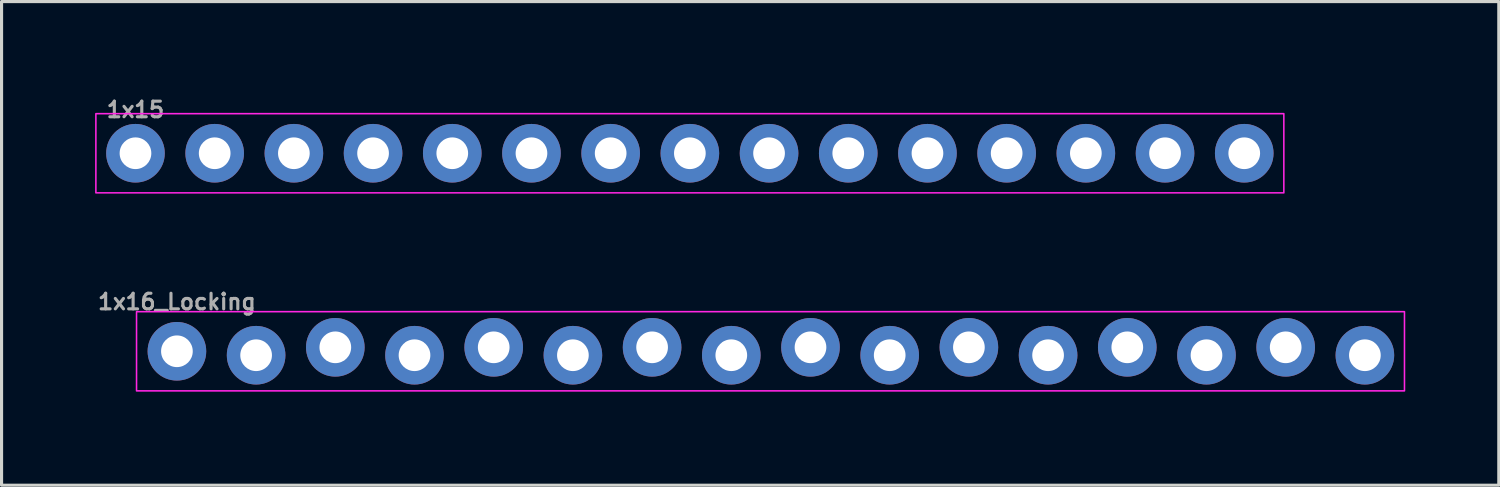
<source format=kicad_pcb>
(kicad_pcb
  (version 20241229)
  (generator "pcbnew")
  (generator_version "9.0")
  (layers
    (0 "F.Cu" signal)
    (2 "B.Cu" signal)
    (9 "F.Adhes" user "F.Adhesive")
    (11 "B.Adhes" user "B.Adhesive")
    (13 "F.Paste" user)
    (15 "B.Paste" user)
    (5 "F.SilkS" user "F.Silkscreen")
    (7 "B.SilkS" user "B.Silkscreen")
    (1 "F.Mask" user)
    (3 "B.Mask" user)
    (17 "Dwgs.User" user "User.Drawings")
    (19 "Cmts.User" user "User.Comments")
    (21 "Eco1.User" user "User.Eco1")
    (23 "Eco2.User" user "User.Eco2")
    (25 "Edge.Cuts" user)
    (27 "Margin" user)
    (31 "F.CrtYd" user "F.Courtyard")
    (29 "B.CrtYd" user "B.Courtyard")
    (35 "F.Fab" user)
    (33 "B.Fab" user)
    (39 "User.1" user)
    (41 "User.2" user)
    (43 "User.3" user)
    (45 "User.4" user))
  (footprint "1x15"
    (layer "F.Cu")
    (at 1.295 1.865)
    (property "Reference" "1x15" (at 0 -1.397 0) (layer "F.Fab") (effects (font (size 0.5 0.5) (thickness 0.1))))
    (fp_rect (start -1.27 -1.27) (end 36.83 1.27) (stroke (width 0.05) (type default)) (fill no) (layer "F.CrtYd"))
    (fp_poly (pts (xy -0.254 0.254) (xy 0.254 0.254) (xy 0.254 -0.254) (xy -0.254 -0.254)) (stroke (width 0.1) (type default)) (fill no) (layer "F.Fab"))
    (fp_poly (pts (xy 2.286 0.254) (xy 2.794 0.254) (xy 2.794 -0.254) (xy 2.286 -0.254)) (stroke (width 0.1) (type default)) (fill no) (layer "F.Fab"))
    (fp_poly (pts (xy 4.826 0.254) (xy 5.334 0.254) (xy 5.334 -0.254) (xy 4.826 -0.254)) (stroke (width 0.1) (type default)) (fill no) (layer "F.Fab"))
    (fp_poly (pts (xy 7.366 0.254) (xy 7.874 0.254) (xy 7.874 -0.254) (xy 7.366 -0.254)) (stroke (width 0.1) (type default)) (fill no) (layer "F.Fab"))
    (fp_poly (pts (xy 9.906 0.254) (xy 10.414 0.254) (xy 10.414 -0.254) (xy 9.906 -0.254)) (stroke (width 0.1) (type default)) (fill no) (layer "F.Fab"))
    (fp_poly (pts (xy 12.446 0.254) (xy 12.954 0.254) (xy 12.954 -0.254) (xy 12.446 -0.254)) (stroke (width 0.1) (type default)) (fill no) (layer "F.Fab"))
    (fp_poly (pts (xy 14.986 0.254) (xy 15.494 0.254) (xy 15.494 -0.254) (xy 14.986 -0.254)) (stroke (width 0.1) (type default)) (fill no) (layer "F.Fab"))
    (fp_poly (pts (xy 17.526 0.254) (xy 18.034 0.254) (xy 18.034 -0.254) (xy 17.526 -0.254)) (stroke (width 0.1) (type default)) (fill no) (layer "F.Fab"))
    (fp_poly (pts (xy 20.066 0.254) (xy 20.574 0.254) (xy 20.574 -0.254) (xy 20.066 -0.254)) (stroke (width 0.1) (type default)) (fill no) (layer "F.Fab"))
    (fp_poly (pts (xy 22.606 0.254) (xy 23.114 0.254) (xy 23.114 -0.254) (xy 22.606 -0.254)) (stroke (width 0.1) (type default)) (fill no) (layer "F.Fab"))
    (fp_poly (pts (xy 25.146 0.254) (xy 25.654 0.254) (xy 25.654 -0.254) (xy 25.146 -0.254)) (stroke (width 0.1) (type default)) (fill no) (layer "F.Fab"))
    (fp_poly (pts (xy 27.686 0.254) (xy 28.194 0.254) (xy 28.194 -0.254) (xy 27.686 -0.254)) (stroke (width 0.1) (type default)) (fill no) (layer "F.Fab"))
    (fp_poly (pts (xy 30.226 0.254) (xy 30.734 0.254) (xy 30.734 -0.254) (xy 30.226 -0.254)) (stroke (width 0.1) (type default)) (fill no) (layer "F.Fab"))
    (fp_poly (pts (xy 32.766 0.254) (xy 33.274 0.254) (xy 33.274 -0.254) (xy 32.766 -0.254)) (stroke (width 0.1) (type default)) (fill no) (layer "F.Fab"))
    (fp_poly (pts (xy 35.306 0.254) (xy 35.814 0.254) (xy 35.814 -0.254) (xy 35.306 -0.254)) (stroke (width 0.1) (type default)) (fill no) (layer "F.Fab"))
    (pad "1" thru_hole circle (at 0 0 90) (size 1.88 1.88) (drill 1.016) (layers "*.Cu" "*.Mask") (remove_unused_layers yes) (keep_end_layers yes) (zone_layer_connections))
    (pad "2" thru_hole circle (at 2.54 0 90) (size 1.88 1.88) (drill 1.016) (layers "*.Cu" "*.Mask") (remove_unused_layers yes) (keep_end_layers yes) (zone_layer_connections))
    (pad "3" thru_hole circle (at 5.08 0 90) (size 1.88 1.88) (drill 1.016) (layers "*.Cu" "*.Mask") (remove_unused_layers yes) (keep_end_layers yes) (zone_layer_connections))
    (pad "4" thru_hole circle (at 7.62 0 90) (size 1.88 1.88) (drill 1.016) (layers "*.Cu" "*.Mask") (remove_unused_layers yes) (keep_end_layers yes) (zone_layer_connections))
    (pad "5" thru_hole circle (at 10.16 0 90) (size 1.88 1.88) (drill 1.016) (layers "*.Cu" "*.Mask") (remove_unused_layers yes) (keep_end_layers yes) (zone_layer_connections))
    (pad "6" thru_hole circle (at 12.7 0 90) (size 1.88 1.88) (drill 1.016) (layers "*.Cu" "*.Mask") (remove_unused_layers yes) (keep_end_layers yes) (zone_layer_connections))
    (pad "7" thru_hole circle (at 15.24 0 90) (size 1.88 1.88) (drill 1.016) (layers "*.Cu" "*.Mask") (remove_unused_layers yes) (keep_end_layers yes) (zone_layer_connections))
    (pad "8" thru_hole circle (at 17.78 0 90) (size 1.88 1.88) (drill 1.016) (layers "*.Cu" "*.Mask") (remove_unused_layers yes) (keep_end_layers yes) (zone_layer_connections))
    (pad "9" thru_hole circle (at 20.32 0 90) (size 1.88 1.88) (drill 1.016) (layers "*.Cu" "*.Mask") (remove_unused_layers yes) (keep_end_layers yes) (zone_layer_connections))
    (pad "10" thru_hole circle (at 22.86 0 90) (size 1.88 1.88) (drill 1.016) (layers "*.Cu" "*.Mask") (remove_unused_layers yes) (keep_end_layers yes) (zone_layer_connections))
    (pad "11" thru_hole circle (at 25.4 0 90) (size 1.88 1.88) (drill 1.016) (layers "*.Cu" "*.Mask") (remove_unused_layers yes) (keep_end_layers yes) (zone_layer_connections))
    (pad "12" thru_hole circle (at 27.94 0 90) (size 1.88 1.88) (drill 1.016) (layers "*.Cu" "*.Mask") (remove_unused_layers yes) (keep_end_layers yes) (zone_layer_connections))
    (pad "13" thru_hole circle (at 30.48 0 90) (size 1.88 1.88) (drill 1.016) (layers "*.Cu" "*.Mask") (remove_unused_layers yes) (keep_end_layers yes) (zone_layer_connections))
    (pad "14" thru_hole circle (at 33.02 0 90) (size 1.88 1.88) (drill 1.016) (layers "*.Cu" "*.Mask") (remove_unused_layers yes) (keep_end_layers yes) (zone_layer_connections))
    (pad "15" thru_hole circle (at 35.56 0 90) (size 1.88 1.88) (drill 1.016) (layers "*.Cu" "*.Mask") (remove_unused_layers yes) (keep_end_layers yes) (zone_layer_connections)))
  (footprint "1x16_Locking"
    (layer "F.Cu")
    (at 2.624 8.216)
    (property "Reference" "1x16_Locking" (at 0 -1.587 0) (layer "F.Fab") (effects (font (size 0.5 0.5) (thickness 0.1))))
    (fp_rect (start -1.295 -1.27) (end 39.37 1.27) (stroke (width 0.05) (type default)) (fill no) (layer "F.CrtYd"))
    (fp_poly (pts (xy -0.254 0.254) (xy 0.254 0.254) (xy 0.254 -0.254) (xy -0.254 -0.254)) (stroke (width 0.1) (type default)) (fill no) (layer "F.Fab"))
    (fp_poly (pts (xy 2.286 0.254) (xy 2.794 0.254) (xy 2.794 -0.254) (xy 2.286 -0.254)) (stroke (width 0.1) (type default)) (fill no) (layer "F.Fab"))
    (fp_poly (pts (xy 4.826 0.254) (xy 5.334 0.254) (xy 5.334 -0.254) (xy 4.826 -0.254)) (stroke (width 0.1) (type default)) (fill no) (layer "F.Fab"))
    (fp_poly (pts (xy 7.366 0.254) (xy 7.874 0.254) (xy 7.874 -0.254) (xy 7.366 -0.254)) (stroke (width 0.1) (type default)) (fill no) (layer "F.Fab"))
    (fp_poly (pts (xy 9.906 0.254) (xy 10.414 0.254) (xy 10.414 -0.254) (xy 9.906 -0.254)) (stroke (width 0.1) (type default)) (fill no) (layer "F.Fab"))
    (fp_poly (pts (xy 12.446 0.254) (xy 12.954 0.254) (xy 12.954 -0.254) (xy 12.446 -0.254)) (stroke (width 0.1) (type default)) (fill no) (layer "F.Fab"))
    (fp_poly (pts (xy 14.986 0.254) (xy 15.494 0.254) (xy 15.494 -0.254) (xy 14.986 -0.254)) (stroke (width 0.1) (type default)) (fill no) (layer "F.Fab"))
    (fp_poly (pts (xy 17.526 0.254) (xy 18.034 0.254) (xy 18.034 -0.254) (xy 17.526 -0.254)) (stroke (width 0.1) (type default)) (fill no) (layer "F.Fab"))
    (fp_poly (pts (xy 20.066 0.254) (xy 20.574 0.254) (xy 20.574 -0.254) (xy 20.066 -0.254)) (stroke (width 0.1) (type default)) (fill no) (layer "F.Fab"))
    (fp_poly (pts (xy 22.606 0.254) (xy 23.114 0.254) (xy 23.114 -0.254) (xy 22.606 -0.254)) (stroke (width 0.1) (type default)) (fill no) (layer "F.Fab"))
    (fp_poly (pts (xy 25.146 0.254) (xy 25.654 0.254) (xy 25.654 -0.254) (xy 25.146 -0.254)) (stroke (width 0.1) (type default)) (fill no) (layer "F.Fab"))
    (fp_poly (pts (xy 27.686 0.254) (xy 28.194 0.254) (xy 28.194 -0.254) (xy 27.686 -0.254)) (stroke (width 0.1) (type default)) (fill no) (layer "F.Fab"))
    (fp_poly (pts (xy 30.226 0.254) (xy 30.734 0.254) (xy 30.734 -0.254) (xy 30.226 -0.254)) (stroke (width 0.1) (type default)) (fill no) (layer "F.Fab"))
    (fp_poly (pts (xy 32.766 0.254) (xy 33.274 0.254) (xy 33.274 -0.254) (xy 32.766 -0.254)) (stroke (width 0.1) (type default)) (fill no) (layer "F.Fab"))
    (fp_poly (pts (xy 35.306 0.254) (xy 35.814 0.254) (xy 35.814 -0.254) (xy 35.306 -0.254)) (stroke (width 0.1) (type default)) (fill no) (layer "F.Fab"))
    (fp_poly (pts (xy 37.846 0.254) (xy 38.354 0.254) (xy 38.354 -0.254) (xy 37.846 -0.254)) (stroke (width 0.1) (type default)) (fill no) (layer "F.Fab"))
    (pad "1" thru_hole circle (at 0 0 90) (size 1.88 1.88) (drill 1.016) (layers "*.Cu" "*.Mask") (remove_unused_layers yes) (keep_end_layers yes) (zone_layer_connections))
    (pad "2" thru_hole circle (at 2.54 0.127 90) (size 1.88 1.88) (drill 1.016) (layers "*.Cu" "*.Mask") (remove_unused_layers yes) (keep_end_layers yes) (zone_layer_connections))
    (pad "3" thru_hole circle (at 5.08 -0.127 90) (size 1.88 1.88) (drill 1.016) (layers "*.Cu" "*.Mask") (remove_unused_layers yes) (keep_end_layers yes) (zone_layer_connections))
    (pad "4" thru_hole circle (at 7.62 0.127 90) (size 1.88 1.88) (drill 1.016) (layers "*.Cu" "*.Mask") (remove_unused_layers yes) (keep_end_layers yes) (zone_layer_connections))
    (pad "5" thru_hole circle (at 10.16 -0.127 90) (size 1.88 1.88) (drill 1.016) (layers "*.Cu" "*.Mask") (remove_unused_layers yes) (keep_end_layers yes) (zone_layer_connections))
    (pad "6" thru_hole circle (at 12.7 0.127 90) (size 1.88 1.88) (drill 1.016) (layers "*.Cu" "*.Mask") (remove_unused_layers yes) (keep_end_layers yes) (zone_layer_connections))
    (pad "7" thru_hole circle (at 15.24 -0.127 90) (size 1.88 1.88) (drill 1.016) (layers "*.Cu" "*.Mask") (remove_unused_layers yes) (keep_end_layers yes) (zone_layer_connections))
    (pad "8" thru_hole circle (at 17.78 0.127 90) (size 1.88 1.88) (drill 1.016) (layers "*.Cu" "*.Mask") (remove_unused_layers yes) (keep_end_layers yes) (zone_layer_connections))
    (pad "9" thru_hole circle (at 20.32 -0.127 90) (size 1.88 1.88) (drill 1.016) (layers "*.Cu" "*.Mask") (remove_unused_layers yes) (keep_end_layers yes) (zone_layer_connections))
    (pad "10" thru_hole circle (at 22.86 0.127 90) (size 1.88 1.88) (drill 1.016) (layers "*.Cu" "*.Mask") (remove_unused_layers yes) (keep_end_layers yes) (zone_layer_connections))
    (pad "11" thru_hole circle (at 25.4 -0.127 90) (size 1.88 1.88) (drill 1.016) (layers "*.Cu" "*.Mask") (remove_unused_layers yes) (keep_end_layers yes) (zone_layer_connections))
    (pad "12" thru_hole circle (at 27.94 0.127 90) (size 1.88 1.88) (drill 1.016) (layers "*.Cu" "*.Mask") (remove_unused_layers yes) (keep_end_layers yes) (zone_layer_connections))
    (pad "13" thru_hole circle (at 30.48 -0.127 90) (size 1.88 1.88) (drill 1.016) (layers "*.Cu" "*.Mask") (remove_unused_layers yes) (keep_end_layers yes) (zone_layer_connections))
    (pad "14" thru_hole circle (at 33.02 0.127 90) (size 1.88 1.88) (drill 1.016) (layers "*.Cu" "*.Mask") (remove_unused_layers yes) (keep_end_layers yes) (zone_layer_connections))
    (pad "15" thru_hole circle (at 35.56 -0.127 90) (size 1.88 1.88) (drill 1.016) (layers "*.Cu" "*.Mask") (remove_unused_layers yes) (keep_end_layers yes) (zone_layer_connections))
    (pad "16" thru_hole circle (at 38.1 0.127 90) (size 1.88 1.88) (drill 1.016) (layers "*.Cu" "*.Mask") (remove_unused_layers yes) (keep_end_layers yes) (zone_layer_connections)))
  (gr_rect
    (start -3 -3)
    (end 45.019 12.511)
    (stroke (width 0.1) (type default))
    (fill no)
    (layer "Edge.Cuts")))
</source>
